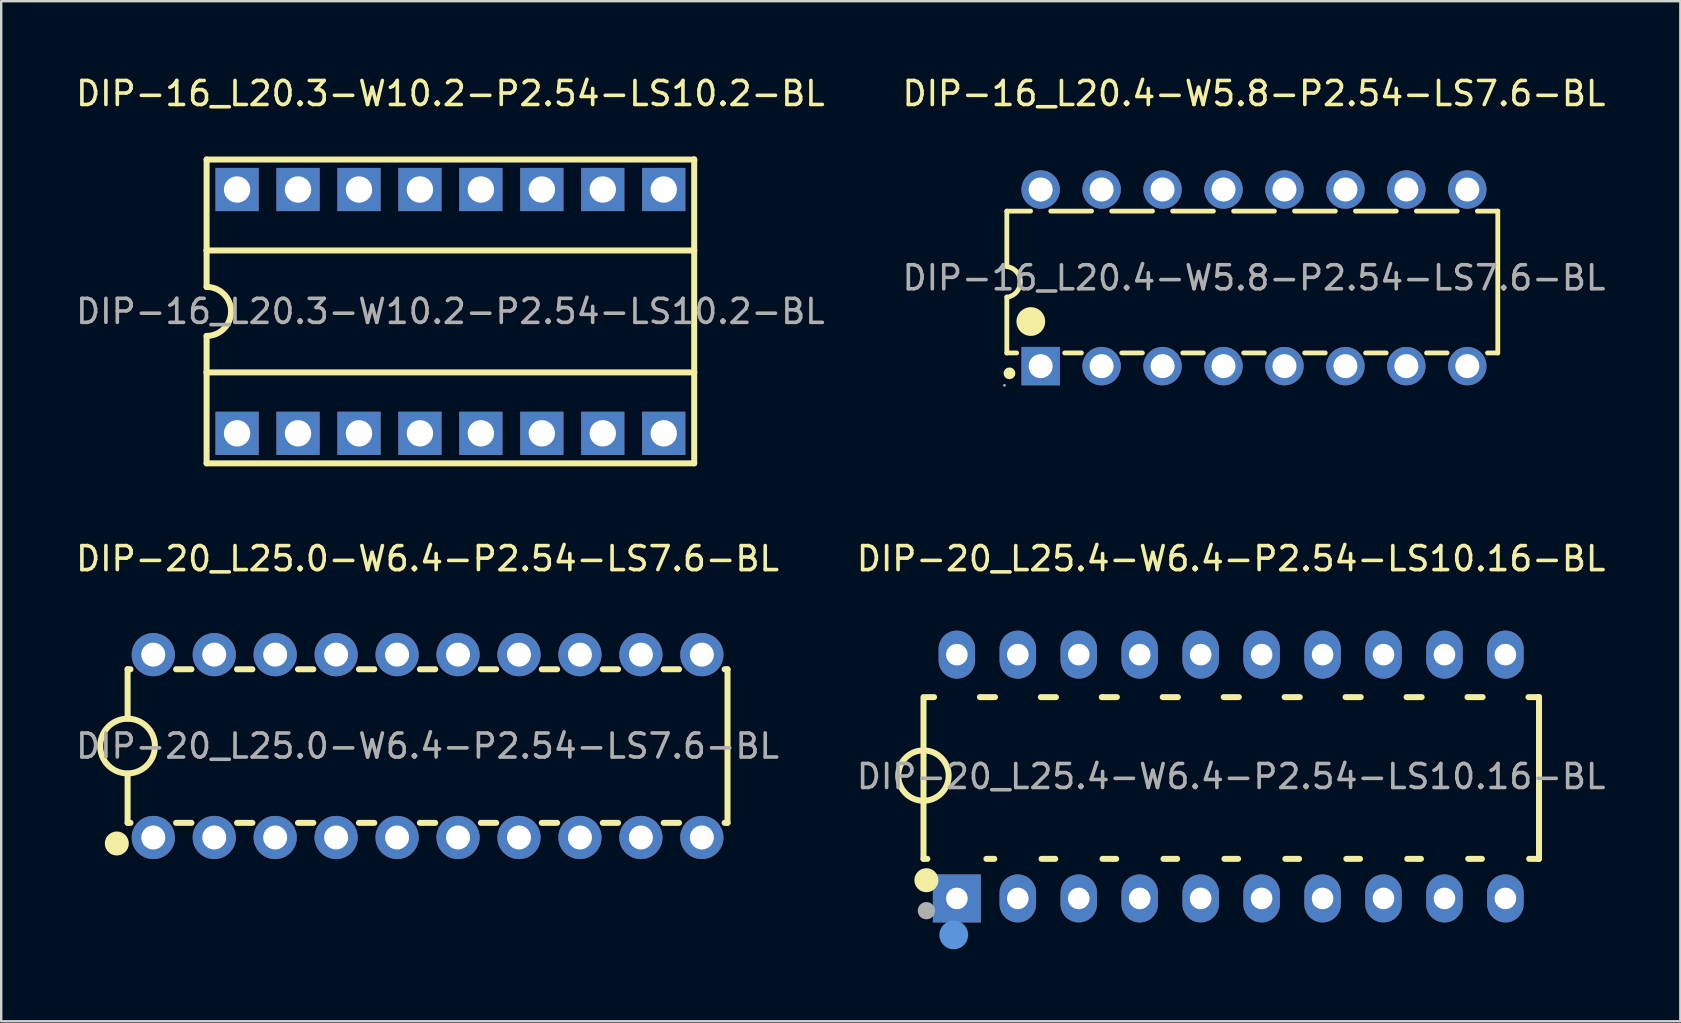
<source format=kicad_pcb>
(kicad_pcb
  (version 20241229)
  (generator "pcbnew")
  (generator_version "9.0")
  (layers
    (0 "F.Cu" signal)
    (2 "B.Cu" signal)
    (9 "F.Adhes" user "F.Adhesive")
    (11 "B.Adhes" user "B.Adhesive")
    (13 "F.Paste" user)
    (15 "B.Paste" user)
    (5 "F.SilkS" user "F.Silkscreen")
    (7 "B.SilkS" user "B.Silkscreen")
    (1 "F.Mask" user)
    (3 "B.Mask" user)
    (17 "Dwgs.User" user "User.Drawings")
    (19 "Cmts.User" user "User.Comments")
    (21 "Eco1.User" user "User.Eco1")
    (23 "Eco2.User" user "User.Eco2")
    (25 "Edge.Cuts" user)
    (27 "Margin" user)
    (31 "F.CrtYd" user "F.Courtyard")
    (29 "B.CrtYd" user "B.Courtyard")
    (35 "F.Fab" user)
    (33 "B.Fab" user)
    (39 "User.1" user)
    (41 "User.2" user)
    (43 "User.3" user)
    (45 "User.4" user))
  (footprint "DIP-20_L25.4-W6.4-P2.54-LS10.16-BL"
    (layer "F.Cu")
    (at 48.256 29.311)
    (property "Reference" "DIP-20_L25.4-W6.4-P2.54-LS10.16-BL" (at 0 -9.08 0) (layer "F.SilkS") (effects (font (size 1 1) (thickness 0.15))))
    (attr through_hole)
    (fp_line (start -12.82 3.43) (end -12.82 -3.31) (stroke (width 0.25) (type solid)) (layer "F.SilkS"))
    (fp_line (start -12.7 -3.31) (end -12.38 -3.31) (stroke (width 0.25) (type solid)) (layer "F.SilkS"))
    (fp_line (start -12.66 3.43) (end -12.82 3.43) (stroke (width 0.25) (type solid)) (layer "F.SilkS"))
    (fp_line (start -10.47 -3.31) (end -9.84 -3.31) (stroke (width 0.25) (type solid)) (layer "F.SilkS"))
    (fp_line (start -9.87 3.43) (end -10.2 3.43) (stroke (width 0.25) (type solid)) (layer "F.SilkS"))
    (fp_line (start -7.93 -3.31) (end -7.3 -3.31) (stroke (width 0.25) (type solid)) (layer "F.SilkS"))
    (fp_line (start -7.33 3.43) (end -7.9 3.43) (stroke (width 0.25) (type solid)) (layer "F.SilkS"))
    (fp_line (start -5.39 -3.31) (end -4.76 -3.31) (stroke (width 0.25) (type solid)) (layer "F.SilkS"))
    (fp_line (start -4.79 3.43) (end -5.36 3.43) (stroke (width 0.25) (type solid)) (layer "F.SilkS"))
    (fp_line (start -2.85 -3.31) (end -2.22 -3.31) (stroke (width 0.25) (type solid)) (layer "F.SilkS"))
    (fp_line (start -2.25 3.43) (end -2.82 3.43) (stroke (width 0.25) (type solid)) (layer "F.SilkS"))
    (fp_line (start -0.31 -3.31) (end 0.32 -3.31) (stroke (width 0.25) (type solid)) (layer "F.SilkS"))
    (fp_line (start 0.29 3.43) (end -0.28 3.43) (stroke (width 0.25) (type solid)) (layer "F.SilkS"))
    (fp_line (start 2.23 -3.31) (end 2.86 -3.31) (stroke (width 0.25) (type solid)) (layer "F.SilkS"))
    (fp_line (start 2.83 3.43) (end 2.26 3.43) (stroke (width 0.25) (type solid)) (layer "F.SilkS"))
    (fp_line (start 4.77 -3.31) (end 5.4 -3.31) (stroke (width 0.25) (type solid)) (layer "F.SilkS"))
    (fp_line (start 5.37 3.43) (end 4.8 3.43) (stroke (width 0.25) (type solid)) (layer "F.SilkS"))
    (fp_line (start 7.31 -3.31) (end 7.94 -3.31) (stroke (width 0.25) (type solid)) (layer "F.SilkS"))
    (fp_line (start 7.91 3.43) (end 7.34 3.43) (stroke (width 0.25) (type solid)) (layer "F.SilkS"))
    (fp_line (start 9.85 -3.31) (end 10.48 -3.31) (stroke (width 0.25) (type solid)) (layer "F.SilkS"))
    (fp_line (start 10.45 3.43) (end 9.88 3.43) (stroke (width 0.25) (type solid)) (layer "F.SilkS"))
    (fp_line (start 12.39 -3.31) (end 12.83 -3.31) (stroke (width 0.25) (type solid)) (layer "F.SilkS"))
    (fp_line (start 12.83 -3.31) (end 12.83 3.43) (stroke (width 0.25) (type solid)) (layer "F.SilkS"))
    (fp_line (start 12.83 3.43) (end 12.42 3.43) (stroke (width 0.25) (type solid)) (layer "F.SilkS"))
    (fp_arc (start -12.801675 -1.08984) (mid -12.829163 1.00996) (end -12.82 -1.09) (stroke (width 0.25) (type solid)) (layer "F.SilkS"))
    (fp_circle (center -12.7 4.32) (end -12.45 4.32) (stroke (width 0.5) (type solid)) (fill no) (layer "F.SilkS"))
    (fp_circle (center -11.56 6.6) (end -11.26 6.6) (stroke (width 0.6) (type solid)) (fill no) (layer "Cmts.User"))
    (fp_circle (center -12.7 5.59) (end -12.52 5.59) (stroke (width 0.36) (type solid)) (fill no) (layer "F.Fab"))
    (fp_text user "${REFERENCE}" (at 0 0 0) (layer "F.Fab") (effects (font (size 1 1) (thickness 0.15))))
    (pad "1" thru_hole rect (at -11.43 5.08) (size 2 2) (drill 0.9) (layers "*.Cu" "*.Paste" "*.Mask"))
    (pad "2" thru_hole oval (at -8.89 5.08) (size 1.52 2) (drill 0.9) (layers "*.Cu" "*.Paste" "*.Mask"))
    (pad "3" thru_hole oval (at -6.35 5.08) (size 1.52 2) (drill 0.9) (layers "*.Cu" "*.Paste" "*.Mask"))
    (pad "4" thru_hole oval (at -3.81 5.08) (size 1.52 2) (drill 0.9) (layers "*.Cu" "*.Paste" "*.Mask"))
    (pad "5" thru_hole oval (at -1.27 5.08) (size 1.52 2) (drill 0.9) (layers "*.Cu" "*.Paste" "*.Mask"))
    (pad "6" thru_hole oval (at 1.27 5.08) (size 1.52 2) (drill 0.9) (layers "*.Cu" "*.Paste" "*.Mask"))
    (pad "7" thru_hole oval (at 3.81 5.08) (size 1.52 2) (drill 0.9) (layers "*.Cu" "*.Paste" "*.Mask"))
    (pad "8" thru_hole oval (at 6.35 5.08) (size 1.52 2) (drill 0.9) (layers "*.Cu" "*.Paste" "*.Mask"))
    (pad "9" thru_hole oval (at 8.89 5.08) (size 1.52 2) (drill 0.9) (layers "*.Cu" "*.Paste" "*.Mask"))
    (pad "10" thru_hole oval (at 11.43 5.08) (size 1.52 2) (drill 0.9) (layers "*.Cu" "*.Paste" "*.Mask"))
    (pad "11" thru_hole oval (at 11.43 -5.08) (size 1.52 2) (drill 0.9) (layers "*.Cu" "*.Paste" "*.Mask"))
    (pad "12" thru_hole oval (at 8.89 -5.08) (size 1.52 2) (drill 0.9) (layers "*.Cu" "*.Paste" "*.Mask"))
    (pad "13" thru_hole oval (at 6.35 -5.08) (size 1.52 2) (drill 0.9) (layers "*.Cu" "*.Paste" "*.Mask"))
    (pad "14" thru_hole oval (at 3.81 -5.08) (size 1.52 2) (drill 0.9) (layers "*.Cu" "*.Paste" "*.Mask"))
    (pad "15" thru_hole oval (at 1.27 -5.08) (size 1.52 2) (drill 0.9) (layers "*.Cu" "*.Paste" "*.Mask"))
    (pad "16" thru_hole oval (at -1.27 -5.08) (size 1.52 2) (drill 0.9) (layers "*.Cu" "*.Paste" "*.Mask"))
    (pad "17" thru_hole oval (at -3.81 -5.08) (size 1.52 2) (drill 0.9) (layers "*.Cu" "*.Paste" "*.Mask"))
    (pad "18" thru_hole oval (at -6.35 -5.08) (size 1.52 2) (drill 0.9) (layers "*.Cu" "*.Paste" "*.Mask"))
    (pad "19" thru_hole oval (at -8.89 -5.08) (size 1.52 2) (drill 0.9) (layers "*.Cu" "*.Paste" "*.Mask"))
    (pad "20" thru_hole oval (at -11.43 -5.08) (size 1.52 2) (drill 0.9) (layers "*.Cu" "*.Paste" "*.Mask")))
  (footprint "DIP-16_L20.3-W10.2-P2.54-LS10.2-BL"
    (layer "F.Cu")
    (at 15.72 9.928)
    (property "Reference" "DIP-16_L20.3-W10.2-P2.54-LS10.2-BL" (at 0 -9.08 0) (layer "F.SilkS") (effects (font (size 1 1) (thickness 0.15))))
    (attr through_hole)
    (fp_line (start -10.16 -6.33) (end -10.16 -2.54) (stroke (width 0.25) (type solid)) (layer "F.SilkS"))
    (fp_line (start -10.16 -6.33) (end 10.16 -6.33) (stroke (width 0.25) (type solid)) (layer "F.SilkS"))
    (fp_line (start -10.16 -2.54) (end -10.16 -1.02) (stroke (width 0.25) (type solid)) (layer "F.SilkS"))
    (fp_line (start -10.16 -2.54) (end 10.16 -2.54) (stroke (width 0.25) (type solid)) (layer "F.SilkS"))
    (fp_line (start -10.16 2.54) (end -10.16 1.02) (stroke (width 0.25) (type solid)) (layer "F.SilkS"))
    (fp_line (start -10.16 2.54) (end 10.16 2.54) (stroke (width 0.25) (type solid)) (layer "F.SilkS"))
    (fp_line (start -10.16 6.33) (end -10.16 2.54) (stroke (width 0.25) (type solid)) (layer "F.SilkS"))
    (fp_line (start -10.16 6.33) (end 10.16 6.33) (stroke (width 0.25) (type solid)) (layer "F.SilkS"))
    (fp_line (start 10.16 -6.33) (end 10.16 -6.27) (stroke (width 0.25) (type solid)) (layer "F.SilkS"))
    (fp_line (start 10.16 -6.33) (end 10.16 -2.54) (stroke (width 0.25) (type solid)) (layer "F.SilkS"))
    (fp_line (start 10.16 -2.54) (end 10.16 2.54) (stroke (width 0.25) (type solid)) (layer "F.SilkS"))
    (fp_line (start 10.16 2.54) (end 10.16 6.33) (stroke (width 0.25) (type solid)) (layer "F.SilkS"))
    (fp_arc (start -10.16 -1.02) (mid -9.14 0) (end -10.16 1.02) (stroke (width 0.25) (type solid)) (layer "F.SilkS"))
    (fp_text user "${REFERENCE}" (at 0 0 0) (layer "F.Fab") (effects (font (size 1 1) (thickness 0.15))))
    (pad "1" thru_hole rect (at -8.89 5.08) (size 1.8 1.8) (drill 1.1) (layers "*.Cu" "*.Paste" "*.Mask"))
    (pad "2" thru_hole rect (at -6.35 5.08) (size 1.8 1.8) (drill 1.1) (layers "*.Cu" "*.Paste" "*.Mask"))
    (pad "3" thru_hole rect (at -3.81 5.08) (size 1.8 1.8) (drill 1.1) (layers "*.Cu" "*.Paste" "*.Mask"))
    (pad "4" thru_hole rect (at -1.27 5.08) (size 1.8 1.8) (drill 1.1) (layers "*.Cu" "*.Paste" "*.Mask"))
    (pad "5" thru_hole rect (at 1.27 5.08) (size 1.8 1.8) (drill 1.1) (layers "*.Cu" "*.Paste" "*.Mask"))
    (pad "6" thru_hole rect (at 3.81 5.08) (size 1.8 1.8) (drill 1.1) (layers "*.Cu" "*.Paste" "*.Mask"))
    (pad "7" thru_hole rect (at 6.35 5.08) (size 1.8 1.8) (drill 1.1) (layers "*.Cu" "*.Paste" "*.Mask"))
    (pad "8" thru_hole rect (at 8.89 5.08) (size 1.8 1.8) (drill 1.1) (layers "*.Cu" "*.Paste" "*.Mask"))
    (pad "9" thru_hole rect (at 8.89 -5.08) (size 1.8 1.8) (drill 1.1) (layers "*.Cu" "*.Paste" "*.Mask"))
    (pad "10" thru_hole rect (at 6.35 -5.08) (size 1.8 1.8) (drill 1.1) (layers "*.Cu" "*.Paste" "*.Mask"))
    (pad "11" thru_hole rect (at 3.81 -5.08) (size 1.8 1.8) (drill 1.1) (layers "*.Cu" "*.Paste" "*.Mask"))
    (pad "12" thru_hole rect (at 1.27 -5.08) (size 1.8 1.8) (drill 1.1) (layers "*.Cu" "*.Paste" "*.Mask"))
    (pad "13" thru_hole rect (at -1.27 -5.08) (size 1.8 1.8) (drill 1.1) (layers "*.Cu" "*.Paste" "*.Mask"))
    (pad "14" thru_hole rect (at -3.81 -5.08) (size 1.8 1.8) (drill 1.1) (layers "*.Cu" "*.Paste" "*.Mask"))
    (pad "15" thru_hole rect (at -6.35 -5.08) (size 1.8 1.8) (drill 1.1) (layers "*.Cu" "*.Paste" "*.Mask"))
    (pad "16" thru_hole rect (at -8.89 -5.08) (size 1.8 1.8) (drill 1.1) (layers "*.Cu" "*.Paste" "*.Mask")))
  (footprint "DIP-16_L20.4-W5.8-P2.54-LS7.6-BL"
    (layer "F.Cu")
    (at 49.208 8.528)
    (property "Reference" "DIP-16_L20.4-W5.8-P2.54-LS7.6-BL" (at 0 -7.68 0) (layer "F.SilkS") (effects (font (size 1 1) (thickness 0.15))))
    (attr through_hole)
    (fp_line (start -10.3 -2.78) (end -10.3 -0.47) (stroke (width 0.2) (type solid)) (layer "F.SilkS"))
    (fp_line (start -10.3 -2.78) (end -9.31 -2.78) (stroke (width 0.2) (type solid)) (layer "F.SilkS"))
    (fp_line (start -10.3 3.13) (end -10.3 0.8) (stroke (width 0.2) (type solid)) (layer "F.SilkS"))
    (fp_line (start -10.3 3.13) (end -9.89 3.13) (stroke (width 0.2) (type solid)) (layer "F.SilkS"))
    (fp_line (start -8.47 -2.78) (end -6.77 -2.78) (stroke (width 0.2) (type solid)) (layer "F.SilkS"))
    (fp_line (start -7.89 3.13) (end -7.19 3.13) (stroke (width 0.2) (type solid)) (layer "F.SilkS"))
    (fp_line (start -5.93 -2.78) (end -4.23 -2.78) (stroke (width 0.2) (type solid)) (layer "F.SilkS"))
    (fp_line (start -5.51 3.13) (end -4.65 3.13) (stroke (width 0.2) (type solid)) (layer "F.SilkS"))
    (fp_line (start -3.39 -2.78) (end -1.69 -2.78) (stroke (width 0.2) (type solid)) (layer "F.SilkS"))
    (fp_line (start -2.97 3.13) (end -2.11 3.13) (stroke (width 0.2) (type solid)) (layer "F.SilkS"))
    (fp_line (start -0.85 -2.78) (end 0.85 -2.78) (stroke (width 0.2) (type solid)) (layer "F.SilkS"))
    (fp_line (start -0.43 3.13) (end 0.43 3.13) (stroke (width 0.2) (type solid)) (layer "F.SilkS"))
    (fp_line (start 1.69 -2.78) (end 3.39 -2.78) (stroke (width 0.2) (type solid)) (layer "F.SilkS"))
    (fp_line (start 2.11 3.13) (end 2.97 3.13) (stroke (width 0.2) (type solid)) (layer "F.SilkS"))
    (fp_line (start 4.23 -2.78) (end 5.93 -2.78) (stroke (width 0.2) (type solid)) (layer "F.SilkS"))
    (fp_line (start 4.65 3.13) (end 5.51 3.13) (stroke (width 0.2) (type solid)) (layer "F.SilkS"))
    (fp_line (start 6.77 -2.78) (end 8.47 -2.78) (stroke (width 0.2) (type solid)) (layer "F.SilkS"))
    (fp_line (start 7.19 3.13) (end 8.05 3.13) (stroke (width 0.2) (type solid)) (layer "F.SilkS"))
    (fp_line (start 9.31 -2.78) (end 10.16 -2.78) (stroke (width 0.2) (type solid)) (layer "F.SilkS"))
    (fp_line (start 10.16 -2.78) (end 10.16 3.13) (stroke (width 0.2) (type solid)) (layer "F.SilkS"))
    (fp_line (start 10.16 3.13) (end 9.73 3.13) (stroke (width 0.2) (type solid)) (layer "F.SilkS"))
    (fp_arc (start -10.31 3.97) (mid -10.069687 3.984987) (end -10.310416 3.980034) (stroke (width 0.25) (type solid)) (layer "F.SilkS"))
    (fp_arc (start -10.3 -0.47) (mid -9.73502 0.16955) (end -10.299107 0.809888) (stroke (width 0.2) (type solid)) (layer "F.SilkS"))
    (fp_arc (start -9.6 1.81) (mid -8.999875 1.824999) (end -9.600167 1.820004) (stroke (width 0.6) (type solid)) (layer "F.SilkS"))
    (fp_circle (center -10.4 4.48) (end -10.37 4.48) (stroke (width 0.06) (type solid)) (fill no) (layer "F.Fab"))
    (fp_circle (center -8.89 -3.68) (end -8.69 -3.68) (stroke (width 0.4) (type solid)) (fill no) (layer "F.Fab"))
    (fp_circle (center -8.89 3.68) (end -8.69 3.68) (stroke (width 0.4) (type solid)) (fill no) (layer "F.Fab"))
    (fp_circle (center -6.35 -3.68) (end -6.15 -3.68) (stroke (width 0.4) (type solid)) (fill no) (layer "F.Fab"))
    (fp_circle (center -6.35 3.68) (end -6.15 3.68) (stroke (width 0.4) (type solid)) (fill no) (layer "F.Fab"))
    (fp_circle (center -3.81 -3.68) (end -3.61 -3.68) (stroke (width 0.4) (type solid)) (fill no) (layer "F.Fab"))
    (fp_circle (center -3.81 3.68) (end -3.61 3.68) (stroke (width 0.4) (type solid)) (fill no) (layer "F.Fab"))
    (fp_circle (center -1.27 -3.68) (end -1.07 -3.68) (stroke (width 0.4) (type solid)) (fill no) (layer "F.Fab"))
    (fp_circle (center -1.27 3.68) (end -1.07 3.68) (stroke (width 0.4) (type solid)) (fill no) (layer "F.Fab"))
    (fp_circle (center 1.27 -3.68) (end 1.47 -3.68) (stroke (width 0.4) (type solid)) (fill no) (layer "F.Fab"))
    (fp_circle (center 1.27 3.68) (end 1.47 3.68) (stroke (width 0.4) (type solid)) (fill no) (layer "F.Fab"))
    (fp_circle (center 3.81 -3.68) (end 4.01 -3.68) (stroke (width 0.4) (type solid)) (fill no) (layer "F.Fab"))
    (fp_circle (center 3.81 3.68) (end 4.01 3.68) (stroke (width 0.4) (type solid)) (fill no) (layer "F.Fab"))
    (fp_circle (center 6.35 -3.68) (end 6.55 -3.68) (stroke (width 0.4) (type solid)) (fill no) (layer "F.Fab"))
    (fp_circle (center 6.35 3.68) (end 6.55 3.68) (stroke (width 0.4) (type solid)) (fill no) (layer "F.Fab"))
    (fp_circle (center 8.89 -3.68) (end 9.09 -3.68) (stroke (width 0.4) (type solid)) (fill no) (layer "F.Fab"))
    (fp_circle (center 8.89 3.68) (end 9.09 3.68) (stroke (width 0.4) (type solid)) (fill no) (layer "F.Fab"))
    (fp_text user "${REFERENCE}" (at 0 0 0) (layer "F.Fab") (effects (font (size 1 1) (thickness 0.15))))
    (pad "1" thru_hole rect (at -8.89 3.68) (size 1.6 1.6) (drill 1) (layers "*.Cu" "*.Paste" "*.Mask"))
    (pad "2" thru_hole oval (at -6.35 3.68) (size 1.6 1.6) (drill 1) (layers "*.Cu" "*.Paste" "*.Mask"))
    (pad "3" thru_hole oval (at -3.81 3.68) (size 1.6 1.6) (drill 1) (layers "*.Cu" "*.Paste" "*.Mask"))
    (pad "4" thru_hole oval (at -1.27 3.68) (size 1.6 1.6) (drill 1) (layers "*.Cu" "*.Paste" "*.Mask"))
    (pad "5" thru_hole oval (at 1.27 3.68) (size 1.6 1.6) (drill 1) (layers "*.Cu" "*.Paste" "*.Mask"))
    (pad "6" thru_hole oval (at 3.81 3.68) (size 1.6 1.6) (drill 1) (layers "*.Cu" "*.Paste" "*.Mask"))
    (pad "7" thru_hole oval (at 6.35 3.68) (size 1.6 1.6) (drill 1) (layers "*.Cu" "*.Paste" "*.Mask"))
    (pad "8" thru_hole oval (at 8.89 3.68) (size 1.6 1.6) (drill 1) (layers "*.Cu" "*.Paste" "*.Mask"))
    (pad "9" thru_hole oval (at 8.89 -3.68) (size 1.6 1.6) (drill 1) (layers "*.Cu" "*.Paste" "*.Mask"))
    (pad "10" thru_hole oval (at 6.35 -3.68) (size 1.6 1.6) (drill 1) (layers "*.Cu" "*.Paste" "*.Mask"))
    (pad "11" thru_hole oval (at 3.81 -3.68) (size 1.6 1.6) (drill 1) (layers "*.Cu" "*.Paste" "*.Mask"))
    (pad "12" thru_hole oval (at 1.27 -3.68) (size 1.6 1.6) (drill 1) (layers "*.Cu" "*.Paste" "*.Mask"))
    (pad "13" thru_hole oval (at -1.27 -3.68) (size 1.6 1.6) (drill 1) (layers "*.Cu" "*.Paste" "*.Mask"))
    (pad "14" thru_hole oval (at -3.81 -3.68) (size 1.6 1.6) (drill 1) (layers "*.Cu" "*.Paste" "*.Mask"))
    (pad "15" thru_hole oval (at -6.35 -3.68) (size 1.6 1.6) (drill 1) (layers "*.Cu" "*.Paste" "*.Mask"))
    (pad "16" thru_hole oval (at -8.89 -3.68) (size 1.6 1.6) (drill 1) (layers "*.Cu" "*.Paste" "*.Mask")))
  (footprint "DIP-20_L25.0-W6.4-P2.54-LS7.6-BL"
    (layer "F.Cu")
    (at 14.768 28.041)
    (property "Reference" "DIP-20_L25.0-W6.4-P2.54-LS7.6-BL" (at 0 -7.81 0) (layer "F.SilkS") (effects (font (size 1 1) (thickness 0.15))))
    (attr through_hole)
    (fp_line (start -12.5 -3.2) (end -12.5 -1.14) (stroke (width 0.25) (type solid)) (layer "F.SilkS"))
    (fp_line (start -12.5 -3.2) (end -12.38 -3.2) (stroke (width 0.25) (type solid)) (layer "F.SilkS"))
    (fp_line (start -12.5 3.2) (end -12.5 1.15) (stroke (width 0.25) (type solid)) (layer "F.SilkS"))
    (fp_line (start -12.5 3.2) (end -12.38 3.2) (stroke (width 0.25) (type solid)) (layer "F.SilkS"))
    (fp_line (start -10.48 -3.2) (end -9.84 -3.2) (stroke (width 0.25) (type solid)) (layer "F.SilkS"))
    (fp_line (start -10.48 3.2) (end -9.84 3.2) (stroke (width 0.25) (type solid)) (layer "F.SilkS"))
    (fp_line (start -7.94 -3.2) (end -7.3 -3.2) (stroke (width 0.25) (type solid)) (layer "F.SilkS"))
    (fp_line (start -7.94 3.2) (end -7.3 3.2) (stroke (width 0.25) (type solid)) (layer "F.SilkS"))
    (fp_line (start -5.4 -3.2) (end -4.76 -3.2) (stroke (width 0.25) (type solid)) (layer "F.SilkS"))
    (fp_line (start -5.4 3.2) (end -4.76 3.2) (stroke (width 0.25) (type solid)) (layer "F.SilkS"))
    (fp_line (start -2.86 -3.2) (end -2.22 -3.2) (stroke (width 0.25) (type solid)) (layer "F.SilkS"))
    (fp_line (start -2.86 3.2) (end -2.22 3.2) (stroke (width 0.25) (type solid)) (layer "F.SilkS"))
    (fp_line (start -0.32 -3.2) (end 0.32 -3.2) (stroke (width 0.25) (type solid)) (layer "F.SilkS"))
    (fp_line (start -0.32 3.2) (end 0.32 3.2) (stroke (width 0.25) (type solid)) (layer "F.SilkS"))
    (fp_line (start 2.22 -3.2) (end 2.86 -3.2) (stroke (width 0.25) (type solid)) (layer "F.SilkS"))
    (fp_line (start 2.22 3.2) (end 2.86 3.2) (stroke (width 0.25) (type solid)) (layer "F.SilkS"))
    (fp_line (start 4.76 -3.2) (end 5.4 -3.2) (stroke (width 0.25) (type solid)) (layer "F.SilkS"))
    (fp_line (start 4.76 3.2) (end 5.4 3.2) (stroke (width 0.25) (type solid)) (layer "F.SilkS"))
    (fp_line (start 7.3 -3.2) (end 7.94 -3.2) (stroke (width 0.25) (type solid)) (layer "F.SilkS"))
    (fp_line (start 7.3 3.2) (end 7.94 3.2) (stroke (width 0.25) (type solid)) (layer "F.SilkS"))
    (fp_line (start 9.84 -3.2) (end 10.48 -3.2) (stroke (width 0.25) (type solid)) (layer "F.SilkS"))
    (fp_line (start 9.84 3.2) (end 10.48 3.2) (stroke (width 0.25) (type solid)) (layer "F.SilkS"))
    (fp_line (start 12.38 -3.2) (end 12.5 -3.2) (stroke (width 0.25) (type solid)) (layer "F.SilkS"))
    (fp_line (start 12.38 3.2) (end 12.5 3.2) (stroke (width 0.25) (type solid)) (layer "F.SilkS"))
    (fp_line (start 12.5 -3.2) (end 12.5 3.2) (stroke (width 0.25) (type solid)) (layer "F.SilkS"))
    (fp_arc (start -12.480104 -1.139826) (mid -12.509948 1.139956) (end -12.5 -1.14) (stroke (width 0.25) (type solid)) (layer "F.SilkS"))
    (fp_circle (center -12.95 4.06) (end -12.7 4.06) (stroke (width 0.5) (type solid)) (fill no) (layer "F.SilkS"))
    (fp_text user "${REFERENCE}" (at 0 0 0) (layer "F.Fab") (effects (font (size 1 1) (thickness 0.15))))
    (pad "1" thru_hole circle (at -11.43 3.81) (size 1.8 1.8) (drill 1) (layers "*.Cu" "*.Paste" "*.Mask"))
    (pad "2" thru_hole circle (at -8.89 3.81) (size 1.8 1.8) (drill 1) (layers "*.Cu" "*.Paste" "*.Mask"))
    (pad "3" thru_hole circle (at -6.35 3.81) (size 1.8 1.8) (drill 1) (layers "*.Cu" "*.Paste" "*.Mask"))
    (pad "4" thru_hole circle (at -3.81 3.81) (size 1.8 1.8) (drill 1) (layers "*.Cu" "*.Paste" "*.Mask"))
    (pad "5" thru_hole circle (at -1.27 3.81) (size 1.8 1.8) (drill 1) (layers "*.Cu" "*.Paste" "*.Mask"))
    (pad "6" thru_hole circle (at 1.27 3.81) (size 1.8 1.8) (drill 1) (layers "*.Cu" "*.Paste" "*.Mask"))
    (pad "7" thru_hole circle (at 3.81 3.81) (size 1.8 1.8) (drill 1) (layers "*.Cu" "*.Paste" "*.Mask"))
    (pad "8" thru_hole circle (at 6.35 3.81) (size 1.8 1.8) (drill 1) (layers "*.Cu" "*.Paste" "*.Mask"))
    (pad "9" thru_hole circle (at 8.89 3.81) (size 1.8 1.8) (drill 1) (layers "*.Cu" "*.Paste" "*.Mask"))
    (pad "10" thru_hole circle (at 11.43 3.81) (size 1.8 1.8) (drill 1) (layers "*.Cu" "*.Paste" "*.Mask"))
    (pad "11" thru_hole circle (at 11.43 -3.81) (size 1.8 1.8) (drill 1) (layers "*.Cu" "*.Paste" "*.Mask"))
    (pad "12" thru_hole circle (at 8.89 -3.81) (size 1.8 1.8) (drill 1) (layers "*.Cu" "*.Paste" "*.Mask"))
    (pad "13" thru_hole circle (at 6.35 -3.81) (size 1.8 1.8) (drill 1) (layers "*.Cu" "*.Paste" "*.Mask"))
    (pad "14" thru_hole circle (at 3.81 -3.81) (size 1.8 1.8) (drill 1) (layers "*.Cu" "*.Paste" "*.Mask"))
    (pad "15" thru_hole circle (at 1.27 -3.81) (size 1.8 1.8) (drill 1) (layers "*.Cu" "*.Paste" "*.Mask"))
    (pad "16" thru_hole circle (at -1.27 -3.81) (size 1.8 1.8) (drill 1) (layers "*.Cu" "*.Paste" "*.Mask"))
    (pad "17" thru_hole circle (at -3.81 -3.81) (size 1.8 1.8) (drill 1) (layers "*.Cu" "*.Paste" "*.Mask"))
    (pad "18" thru_hole circle (at -6.35 -3.81) (size 1.8 1.8) (drill 1) (layers "*.Cu" "*.Paste" "*.Mask"))
    (pad "19" thru_hole circle (at -8.89 -3.81) (size 1.8 1.8) (drill 1) (layers "*.Cu" "*.Paste" "*.Mask"))
    (pad "20" thru_hole circle (at -11.43 -3.81) (size 1.8 1.8) (drill 1) (layers "*.Cu" "*.Paste" "*.Mask")))
  (gr_rect
    (start -3 -3)
    (end 66.976 39.511)
    (stroke (width 0.1) (type default))
    (fill no)
    (layer "Edge.Cuts")))
</source>
